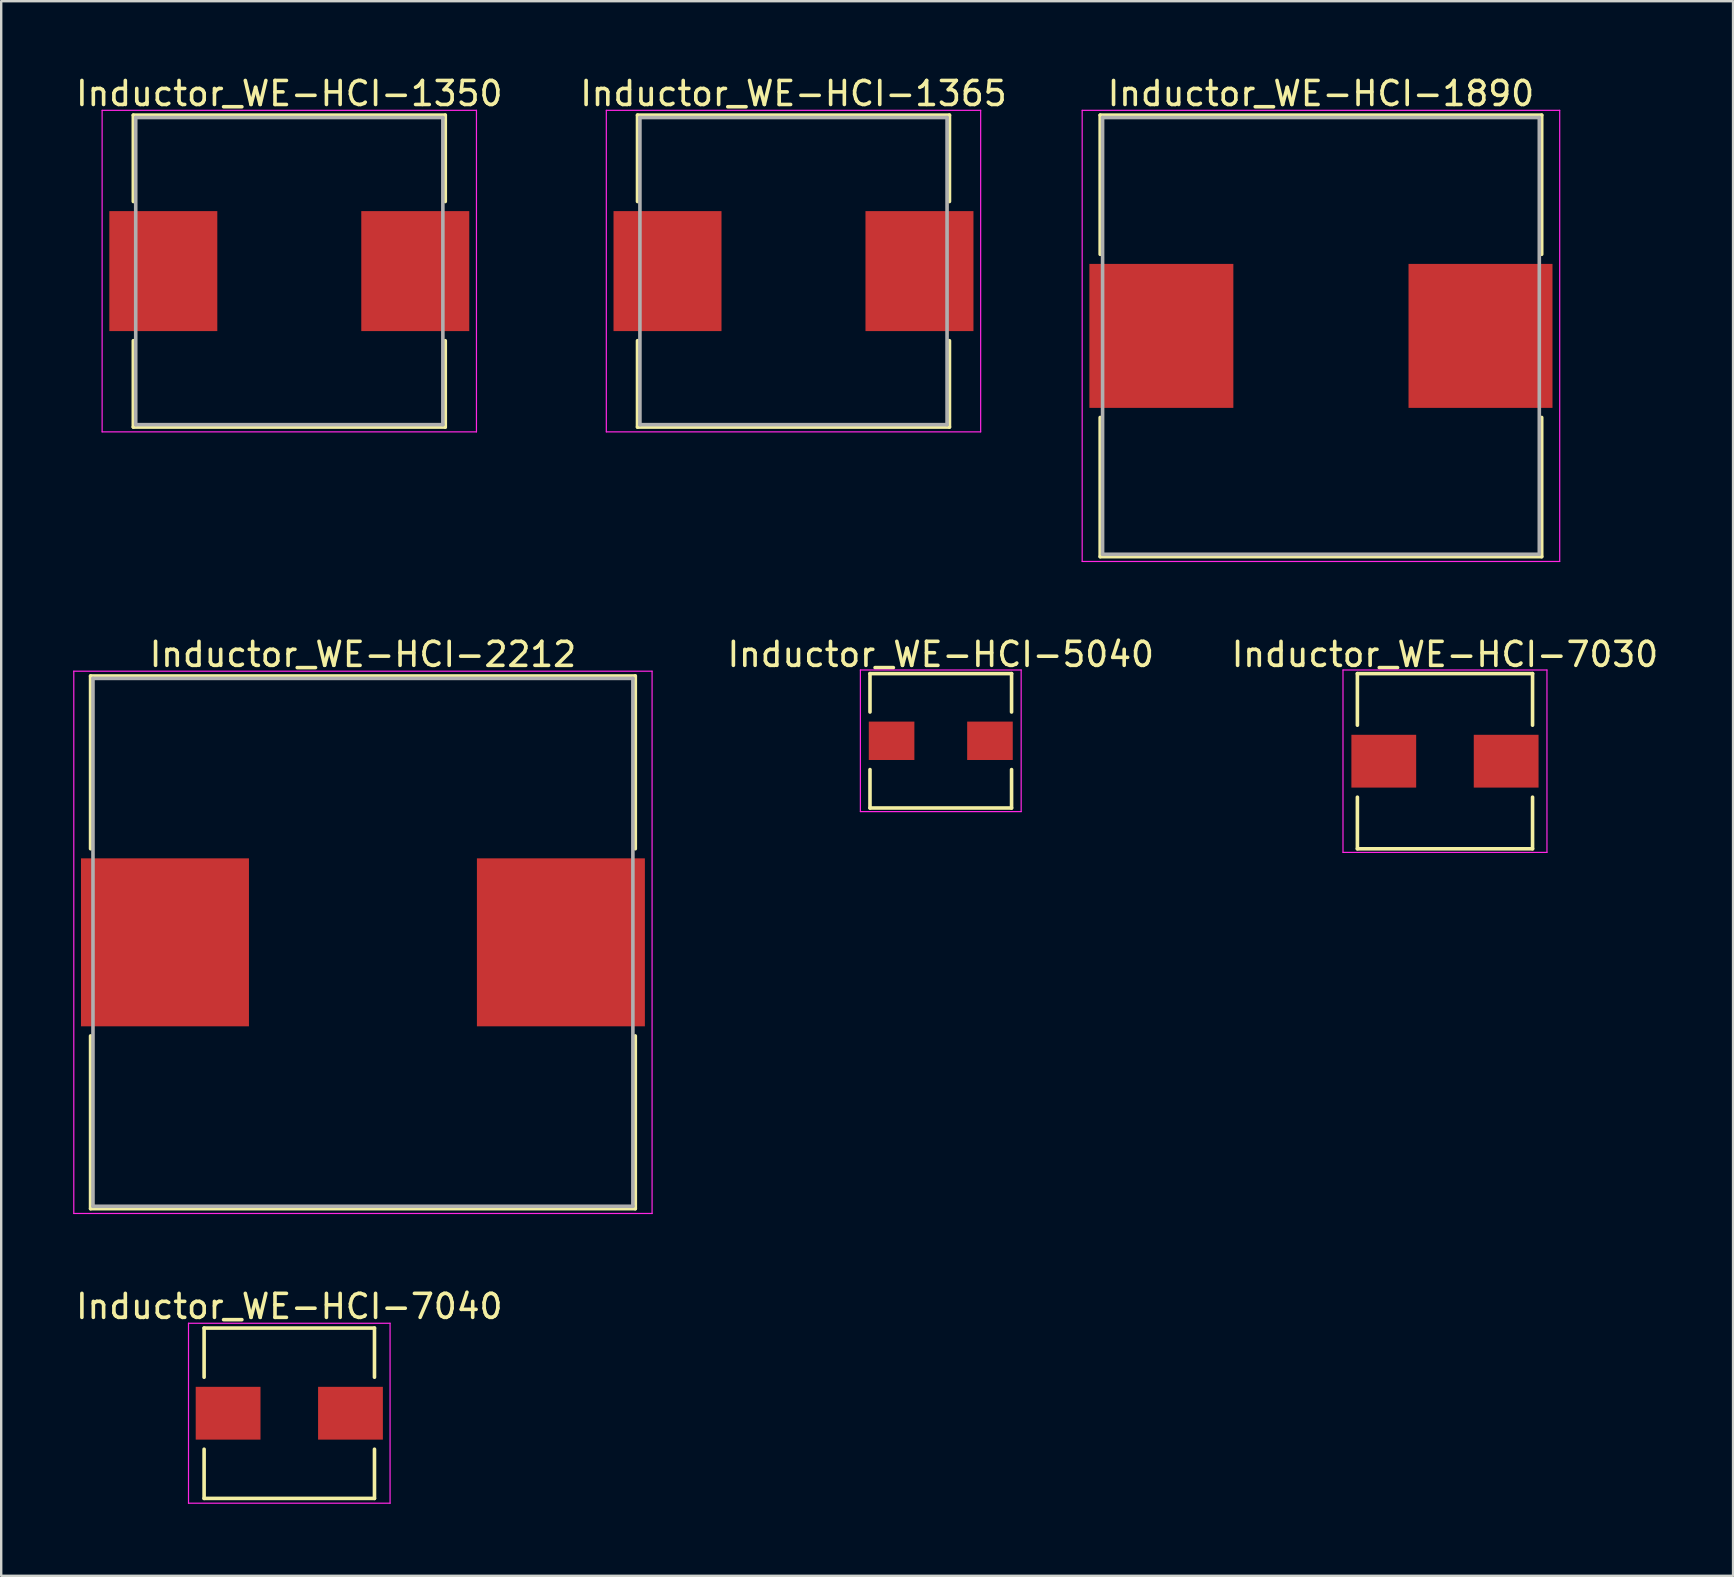
<source format=kicad_pcb>
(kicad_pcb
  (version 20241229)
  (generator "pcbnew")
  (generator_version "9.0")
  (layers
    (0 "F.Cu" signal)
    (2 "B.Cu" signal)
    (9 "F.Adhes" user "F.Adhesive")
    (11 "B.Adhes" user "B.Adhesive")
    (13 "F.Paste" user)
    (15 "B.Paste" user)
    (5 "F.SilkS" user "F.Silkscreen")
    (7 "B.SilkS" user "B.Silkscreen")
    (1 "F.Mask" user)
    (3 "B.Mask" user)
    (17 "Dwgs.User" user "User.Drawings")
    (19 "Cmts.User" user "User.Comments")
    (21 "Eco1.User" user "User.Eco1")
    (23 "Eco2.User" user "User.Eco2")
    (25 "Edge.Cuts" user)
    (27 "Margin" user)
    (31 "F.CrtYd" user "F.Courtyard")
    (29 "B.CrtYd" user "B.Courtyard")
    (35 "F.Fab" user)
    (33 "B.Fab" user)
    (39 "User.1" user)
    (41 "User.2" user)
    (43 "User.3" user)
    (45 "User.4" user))
  (footprint "Inductor_WE-HCI-1350"
    (layer "F.Cu")
    (at 9.006 8.248)
    (property "Reference" "Inductor_WE-HCI-1350" (at 0 -7.4 0) (layer "F.SilkS") (effects (font (size 1 1) (thickness 0.15))))
    (attr smd)
    (fp_line (start -6.5 -6.5) (end 6.5 -6.5) (stroke (width 0.15) (type solid)) (layer "F.SilkS"))
    (fp_line (start -6.5 -2.9) (end -6.5 -6.5) (stroke (width 0.15) (type solid)) (layer "F.SilkS"))
    (fp_line (start -6.5 2.9) (end -6.5 6.5) (stroke (width 0.15) (type solid)) (layer "F.SilkS"))
    (fp_line (start -6.5 6.5) (end 6.5 6.5) (stroke (width 0.15) (type solid)) (layer "F.SilkS"))
    (fp_line (start 6.5 -6.5) (end 6.5 -2.9) (stroke (width 0.15) (type solid)) (layer "F.SilkS"))
    (fp_line (start 6.5 6.5) (end 6.5 2.9) (stroke (width 0.15) (type solid)) (layer "F.SilkS"))
    (fp_line (start -7.8 -6.7) (end -7.8 6.7) (stroke (width 0.05) (type solid)) (layer "F.CrtYd"))
    (fp_line (start -7.8 6.7) (end 7.8 6.7) (stroke (width 0.05) (type solid)) (layer "F.CrtYd"))
    (fp_line (start 7.8 -6.7) (end -7.8 -6.7) (stroke (width 0.05) (type solid)) (layer "F.CrtYd"))
    (fp_line (start 7.8 6.7) (end 7.8 -6.7) (stroke (width 0.05) (type solid)) (layer "F.CrtYd"))
    (fp_line (start -6.4 -6.4) (end -6.4 6.4) (stroke (width 0.15) (type solid)) (layer "F.Fab"))
    (fp_line (start -6.4 6.4) (end 6.4 6.4) (stroke (width 0.15) (type solid)) (layer "F.Fab"))
    (fp_line (start 6.4 -6.4) (end -6.4 -6.4) (stroke (width 0.15) (type solid)) (layer "F.Fab"))
    (fp_line (start 6.4 6.4) (end 6.4 -6.4) (stroke (width 0.15) (type solid)) (layer "F.Fab"))
    (pad "1" smd rect (at -5.25 0) (size 4.5 5) (layers "F.Cu" "F.Mask" "F.Paste"))
    (pad "2" smd rect (at 5.25 0) (size 4.5 5) (layers "F.Cu" "F.Mask" "F.Paste")))
  (footprint "Inductor_WE-HCI-7030"
    (layer "F.Cu")
    (at 57.168 28.672)
    (property "Reference" "Inductor_WE-HCI-7030" (at 0 -4.45 0) (layer "F.SilkS") (effects (font (size 1 1) (thickness 0.15))))
    (attr smd)
    (fp_line (start -3.65 -3.65) (end 3.65 -3.65) (stroke (width 0.15) (type solid)) (layer "F.SilkS"))
    (fp_line (start -3.65 -1.5) (end -3.65 -3.65) (stroke (width 0.15) (type solid)) (layer "F.SilkS"))
    (fp_line (start -3.65 1.5) (end -3.65 3.65) (stroke (width 0.15) (type solid)) (layer "F.SilkS"))
    (fp_line (start -3.65 3.65) (end 3.65 3.65) (stroke (width 0.15) (type solid)) (layer "F.SilkS"))
    (fp_line (start 3.65 -3.65) (end 3.65 -1.5) (stroke (width 0.15) (type solid)) (layer "F.SilkS"))
    (fp_line (start 3.65 3.65) (end 3.65 1.5) (stroke (width 0.15) (type solid)) (layer "F.SilkS"))
    (fp_line (start -4.25 -3.8) (end -4.25 3.8) (stroke (width 0.05) (type solid)) (layer "F.CrtYd"))
    (fp_line (start -4.25 3.8) (end 4.25 3.8) (stroke (width 0.05) (type solid)) (layer "F.CrtYd"))
    (fp_line (start 4.25 -3.8) (end -4.25 -3.8) (stroke (width 0.05) (type solid)) (layer "F.CrtYd"))
    (fp_line (start 4.25 3.8) (end 4.25 -3.8) (stroke (width 0.05) (type solid)) (layer "F.CrtYd"))
    (pad "1" smd rect (at -2.55 0) (size 2.7 2.2) (layers "F.Cu" "F.Mask" "F.Paste"))
    (pad "2" smd rect (at 2.55 0) (size 2.7 2.2) (layers "F.Cu" "F.Mask" "F.Paste")))
  (footprint "Inductor_WE-HCI-5040"
    (layer "F.Cu")
    (at 36.156 27.822)
    (property "Reference" "Inductor_WE-HCI-5040" (at 0 -3.6 0) (layer "F.SilkS") (effects (font (size 1 1) (thickness 0.15))))
    (attr smd)
    (fp_line (start -2.95 -2.8) (end 2.95 -2.8) (stroke (width 0.15) (type solid)) (layer "F.SilkS"))
    (fp_line (start -2.95 -1.2) (end -2.95 -2.8) (stroke (width 0.15) (type solid)) (layer "F.SilkS"))
    (fp_line (start -2.95 1.2) (end -2.95 2.8) (stroke (width 0.15) (type solid)) (layer "F.SilkS"))
    (fp_line (start -2.95 2.8) (end 2.95 2.8) (stroke (width 0.15) (type solid)) (layer "F.SilkS"))
    (fp_line (start 2.95 -2.8) (end 2.95 -1.2) (stroke (width 0.15) (type solid)) (layer "F.SilkS"))
    (fp_line (start 2.95 2.8) (end 2.95 1.2) (stroke (width 0.15) (type solid)) (layer "F.SilkS"))
    (fp_line (start -3.35 -2.95) (end -3.35 2.95) (stroke (width 0.05) (type solid)) (layer "F.CrtYd"))
    (fp_line (start -3.35 2.95) (end 3.35 2.95) (stroke (width 0.05) (type solid)) (layer "F.CrtYd"))
    (fp_line (start 3.35 -2.95) (end -3.35 -2.95) (stroke (width 0.05) (type solid)) (layer "F.CrtYd"))
    (fp_line (start 3.35 2.95) (end 3.35 -2.95) (stroke (width 0.05) (type solid)) (layer "F.CrtYd"))
    (pad "1" smd rect (at -2.05 0) (size 1.9 1.6) (layers "F.Cu" "F.Mask" "F.Paste"))
    (pad "2" smd rect (at 2.05 0) (size 1.9 1.6) (layers "F.Cu" "F.Mask" "F.Paste")))
  (footprint "Inductor_WE-HCI-1365"
    (layer "F.Cu")
    (at 30.018 8.248)
    (property "Reference" "Inductor_WE-HCI-1365" (at 0 -7.4 0) (layer "F.SilkS") (effects (font (size 1 1) (thickness 0.15))))
    (attr smd)
    (fp_line (start -6.5 -6.5) (end 6.5 -6.5) (stroke (width 0.15) (type solid)) (layer "F.SilkS"))
    (fp_line (start -6.5 -2.9) (end -6.5 -6.5) (stroke (width 0.15) (type solid)) (layer "F.SilkS"))
    (fp_line (start -6.5 2.9) (end -6.5 6.5) (stroke (width 0.15) (type solid)) (layer "F.SilkS"))
    (fp_line (start -6.5 6.5) (end 6.5 6.5) (stroke (width 0.15) (type solid)) (layer "F.SilkS"))
    (fp_line (start 6.5 -6.5) (end 6.5 -2.9) (stroke (width 0.15) (type solid)) (layer "F.SilkS"))
    (fp_line (start 6.5 6.5) (end 6.5 2.9) (stroke (width 0.15) (type solid)) (layer "F.SilkS"))
    (fp_line (start -7.8 -6.7) (end -7.8 6.7) (stroke (width 0.05) (type solid)) (layer "F.CrtYd"))
    (fp_line (start -7.8 6.7) (end 7.8 6.7) (stroke (width 0.05) (type solid)) (layer "F.CrtYd"))
    (fp_line (start 7.8 -6.7) (end -7.8 -6.7) (stroke (width 0.05) (type solid)) (layer "F.CrtYd"))
    (fp_line (start 7.8 6.7) (end 7.8 -6.7) (stroke (width 0.05) (type solid)) (layer "F.CrtYd"))
    (fp_line (start -6.4 -6.4) (end -6.4 6.4) (stroke (width 0.15) (type solid)) (layer "F.Fab"))
    (fp_line (start -6.4 6.4) (end 6.4 6.4) (stroke (width 0.15) (type solid)) (layer "F.Fab"))
    (fp_line (start 6.4 -6.4) (end -6.4 -6.4) (stroke (width 0.15) (type solid)) (layer "F.Fab"))
    (fp_line (start 6.4 6.4) (end 6.4 -6.4) (stroke (width 0.15) (type solid)) (layer "F.Fab"))
    (pad "1" smd rect (at -5.25 0) (size 4.5 5) (layers "F.Cu" "F.Mask" "F.Paste"))
    (pad "2" smd rect (at 5.25 0) (size 4.5 5) (layers "F.Cu" "F.Mask" "F.Paste")))
  (footprint "Inductor_WE-HCI-7040"
    (layer "F.Cu")
    (at 9.006 55.845)
    (property "Reference" "Inductor_WE-HCI-7040" (at 0 -4.45 0) (layer "F.SilkS") (effects (font (size 1 1) (thickness 0.15))))
    (attr smd)
    (fp_line (start -3.55 -3.55) (end 3.55 -3.55) (stroke (width 0.15) (type solid)) (layer "F.SilkS"))
    (fp_line (start -3.55 -1.5) (end -3.55 -3.55) (stroke (width 0.15) (type solid)) (layer "F.SilkS"))
    (fp_line (start -3.55 1.5) (end -3.55 3.55) (stroke (width 0.15) (type solid)) (layer "F.SilkS"))
    (fp_line (start -3.55 3.55) (end 3.55 3.55) (stroke (width 0.15) (type solid)) (layer "F.SilkS"))
    (fp_line (start 3.55 -3.55) (end 3.55 -1.5) (stroke (width 0.15) (type solid)) (layer "F.SilkS"))
    (fp_line (start 3.55 3.55) (end 3.55 1.5) (stroke (width 0.15) (type solid)) (layer "F.SilkS"))
    (fp_line (start -4.2 -3.75) (end -4.2 3.75) (stroke (width 0.05) (type solid)) (layer "F.CrtYd"))
    (fp_line (start -4.2 3.75) (end 4.2 3.75) (stroke (width 0.05) (type solid)) (layer "F.CrtYd"))
    (fp_line (start 4.2 -3.75) (end -4.2 -3.75) (stroke (width 0.05) (type solid)) (layer "F.CrtYd"))
    (fp_line (start 4.2 3.75) (end 4.2 -3.75) (stroke (width 0.05) (type solid)) (layer "F.CrtYd"))
    (pad "1" smd rect (at -2.55 0) (size 2.7 2.2) (layers "F.Cu" "F.Mask" "F.Paste"))
    (pad "2" smd rect (at 2.55 0) (size 2.7 2.2) (layers "F.Cu" "F.Mask" "F.Paste")))
  (footprint "Inductor_WE-HCI-1890"
    (layer "F.Cu")
    (at 51.999 10.948)
    (property "Reference" "Inductor_WE-HCI-1890" (at 0 -10.1 0) (layer "F.SilkS") (effects (font (size 1 1) (thickness 0.15))))
    (attr smd)
    (fp_line (start -9.2 -9.2) (end 9.2 -9.2) (stroke (width 0.15) (type solid)) (layer "F.SilkS"))
    (fp_line (start -9.2 -3.4) (end -9.2 -9.2) (stroke (width 0.15) (type solid)) (layer "F.SilkS"))
    (fp_line (start -9.2 3.4) (end -9.2 9.2) (stroke (width 0.15) (type solid)) (layer "F.SilkS"))
    (fp_line (start -9.2 9.2) (end 9.2 9.2) (stroke (width 0.15) (type solid)) (layer "F.SilkS"))
    (fp_line (start 9.2 -9.2) (end 9.2 -3.4) (stroke (width 0.15) (type solid)) (layer "F.SilkS"))
    (fp_line (start 9.2 9.2) (end 9.2 3.4) (stroke (width 0.15) (type solid)) (layer "F.SilkS"))
    (fp_line (start -9.95 -9.4) (end -9.95 9.4) (stroke (width 0.05) (type solid)) (layer "F.CrtYd"))
    (fp_line (start -9.95 9.4) (end 9.95 9.4) (stroke (width 0.05) (type solid)) (layer "F.CrtYd"))
    (fp_line (start 9.95 -9.4) (end -9.95 -9.4) (stroke (width 0.05) (type solid)) (layer "F.CrtYd"))
    (fp_line (start 9.95 9.4) (end 9.95 -9.4) (stroke (width 0.05) (type solid)) (layer "F.CrtYd"))
    (fp_line (start -9.1 -9.1) (end -9.1 9.1) (stroke (width 0.15) (type solid)) (layer "F.Fab"))
    (fp_line (start -9.1 9.1) (end 9.1 9.1) (stroke (width 0.15) (type solid)) (layer "F.Fab"))
    (fp_line (start 9.1 -9.1) (end -9.1 -9.1) (stroke (width 0.15) (type solid)) (layer "F.Fab"))
    (fp_line (start 9.1 9.1) (end 9.1 -9.1) (stroke (width 0.15) (type solid)) (layer "F.Fab"))
    (pad "1" smd rect (at -6.65 0) (size 6 6) (layers "F.Cu" "F.Mask" "F.Paste"))
    (pad "2" smd rect (at 6.65 0) (size 6 6) (layers "F.Cu" "F.Mask" "F.Paste")))
  (footprint "Inductor_WE-HCI-2212"
    (layer "F.Cu")
    (at 12.075 36.221)
    (property "Reference" "Inductor_WE-HCI-2212" (at 0 -12 0) (layer "F.SilkS") (effects (font (size 1 1) (thickness 0.15))))
    (attr smd)
    (fp_line (start -11.35 -11.1) (end 11.35 -11.1) (stroke (width 0.15) (type solid)) (layer "F.SilkS"))
    (fp_line (start -11.35 -3.9) (end -11.35 -11.1) (stroke (width 0.15) (type solid)) (layer "F.SilkS"))
    (fp_line (start -11.35 3.9) (end -11.35 11.1) (stroke (width 0.15) (type solid)) (layer "F.SilkS"))
    (fp_line (start -11.35 11.1) (end 11.35 11.1) (stroke (width 0.15) (type solid)) (layer "F.SilkS"))
    (fp_line (start 11.35 -11.1) (end 11.35 -3.9) (stroke (width 0.15) (type solid)) (layer "F.SilkS"))
    (fp_line (start 11.35 11.1) (end 11.35 3.9) (stroke (width 0.15) (type solid)) (layer "F.SilkS"))
    (fp_line (start -12.05 -11.3) (end -12.05 11.3) (stroke (width 0.05) (type solid)) (layer "F.CrtYd"))
    (fp_line (start -12.05 11.3) (end 12.05 11.3) (stroke (width 0.05) (type solid)) (layer "F.CrtYd"))
    (fp_line (start 12.05 -11.3) (end -12.05 -11.3) (stroke (width 0.05) (type solid)) (layer "F.CrtYd"))
    (fp_line (start 12.05 11.3) (end 12.05 -11.3) (stroke (width 0.05) (type solid)) (layer "F.CrtYd"))
    (fp_line (start -11.25 -11) (end -11.25 11) (stroke (width 0.15) (type solid)) (layer "F.Fab"))
    (fp_line (start -11.25 11) (end 11.25 11) (stroke (width 0.15) (type solid)) (layer "F.Fab"))
    (fp_line (start 11.25 -11) (end -11.25 -11) (stroke (width 0.15) (type solid)) (layer "F.Fab"))
    (fp_line (start 11.25 11) (end 11.25 -11) (stroke (width 0.15) (type solid)) (layer "F.Fab"))
    (pad "1" smd rect (at -8.25 0) (size 7 7) (layers "F.Cu" "F.Mask" "F.Paste"))
    (pad "2" smd rect (at 8.25 0) (size 7 7) (layers "F.Cu" "F.Mask" "F.Paste")))
  (gr_rect
    (start -3 -3)
    (end 69.174 62.62)
    (stroke (width 0.1) (type default))
    (fill no)
    (layer "Edge.Cuts")))
</source>
